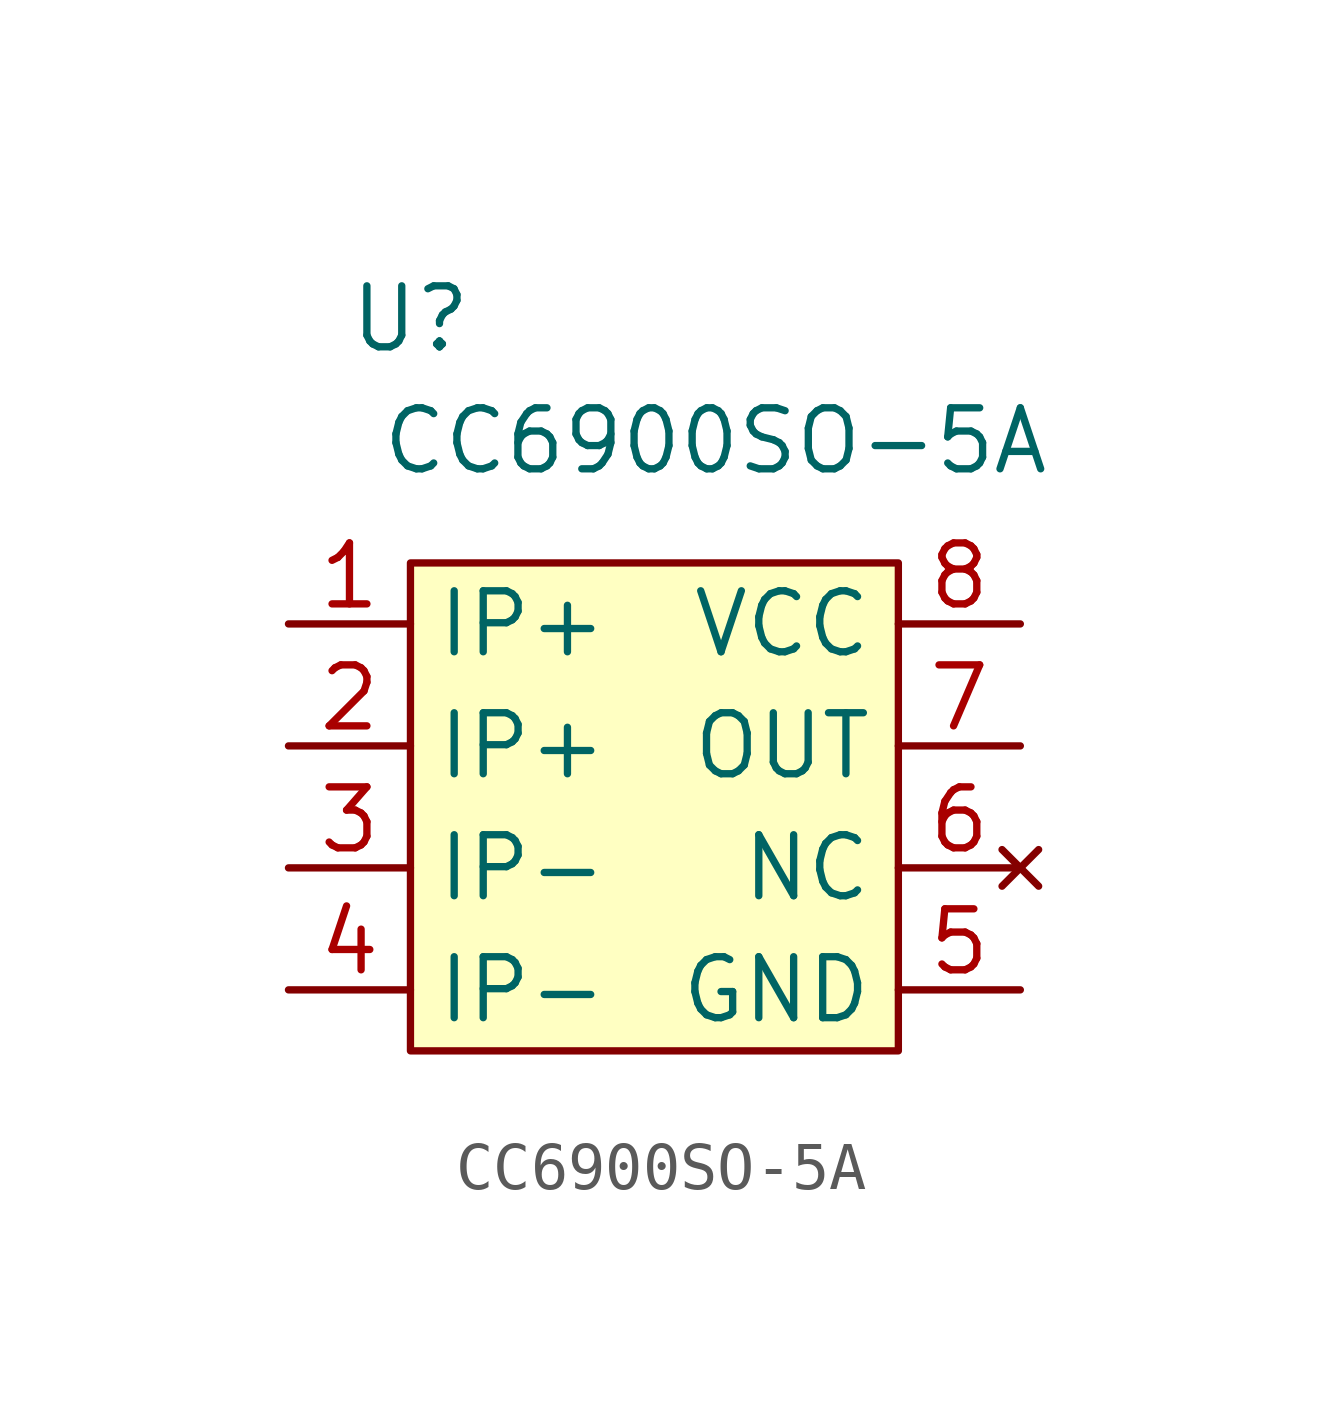
<source format=kicad_sym>
(kicad_symbol_lib
  (version 20231120)
  (generator "kicad_symbol_editor")
  (generator_version "8.0")
  (symbol "CC6900SO-5A"
    (property "Reference" "U"
      (at -5.08 10.16 0)
      (effects (font (size 1.27 1.27))))
    (property "Value" "CC6900SO-5A"
      (at 1.27 7.62 0)
      (effects (font (size 1.27 1.27))))
    (symbol "CC6900SO-5A_0_1"
      (rectangle (start -5.08 5.08) (end 5.08 -5.08) (stroke (width 0) (type default)) (fill (type background))))
    (symbol "CC6900SO-5A_1_1"
      (pin passive line (at -7.62 3.81 0) (length 2.54) (name "IP+" (effects (font (size 1.27 1.27)))) (number "1" (effects (font (size 1.27 1.27)))))
      (pin passive line (at -7.62 1.27 0) (length 2.54) (name "IP+" (effects (font (size 1.27 1.27)))) (number "2" (effects (font (size 1.27 1.27)))))
      (pin passive line (at -7.62 -1.27 0) (length 2.54) (name "IP-" (effects (font (size 1.27 1.27)))) (number "3" (effects (font (size 1.27 1.27)))))
      (pin passive line (at -7.62 -3.81 0) (length 2.54) (name "IP-" (effects (font (size 1.27 1.27)))) (number "4" (effects (font (size 1.27 1.27)))))
      (pin power_in line (at 7.62 -3.81 180) (length 2.54) (name "GND" (effects (font (size 1.27 1.27)))) (number "5" (effects (font (size 1.27 1.27)))))
      (pin no_connect line (at 7.62 -1.27 180) (length 2.54) (name "NC" (effects (font (size 1.27 1.27)))) (number "6" (effects (font (size 1.27 1.27)))))
      (pin output line (at 7.62 1.27 180) (length 2.54) (name "OUT" (effects (font (size 1.27 1.27)))) (number "7" (effects (font (size 1.27 1.27)))))
      (pin power_in line (at 7.62 3.81 180) (length 2.54) (name "VCC" (effects (font (size 1.27 1.27)))) (number "8" (effects (font (size 1.27 1.27))))))))
</source>
